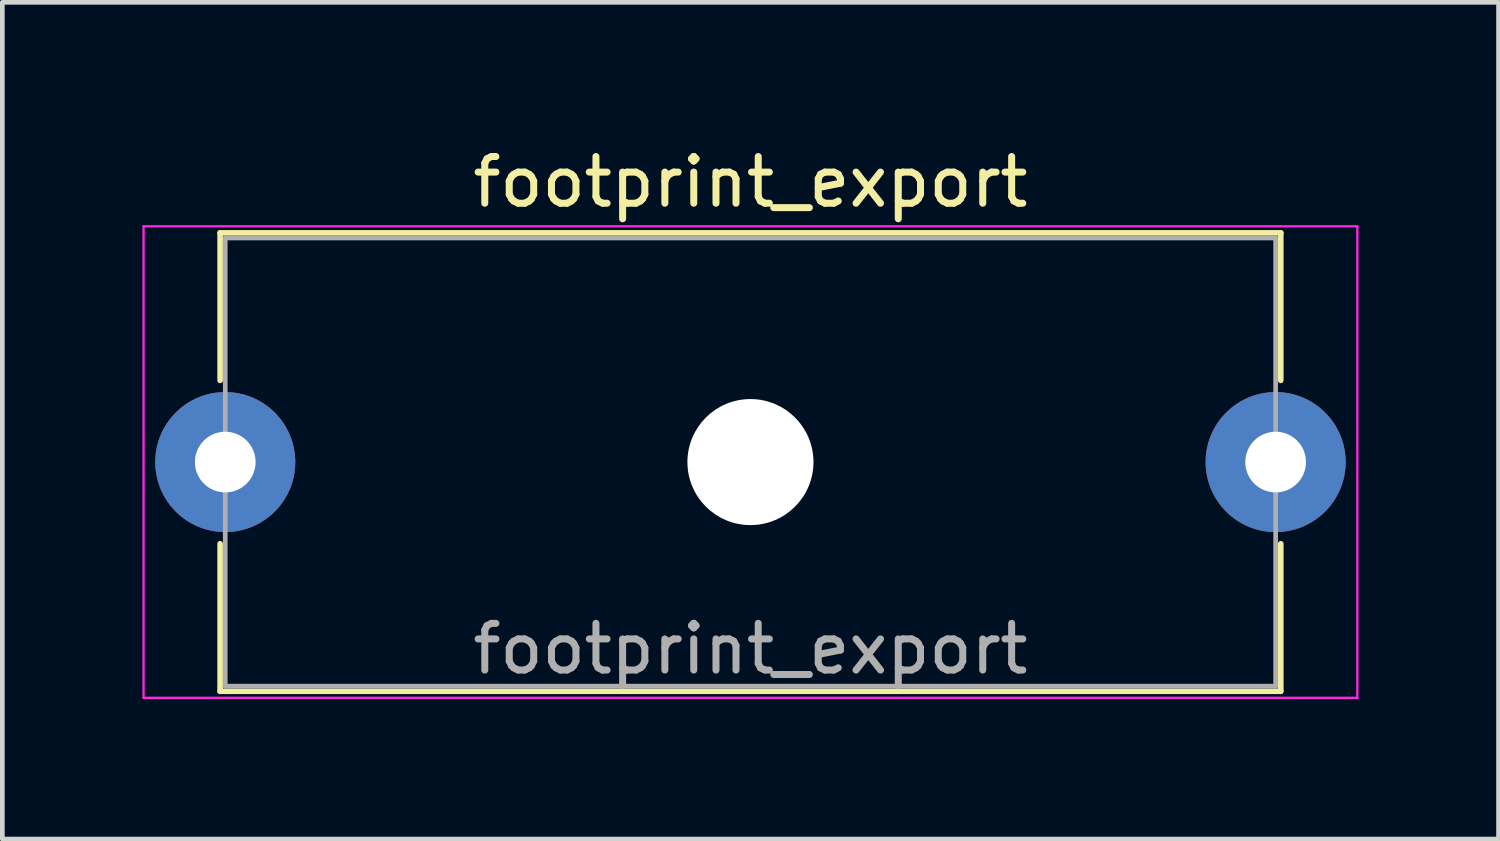
<source format=kicad_pcb>
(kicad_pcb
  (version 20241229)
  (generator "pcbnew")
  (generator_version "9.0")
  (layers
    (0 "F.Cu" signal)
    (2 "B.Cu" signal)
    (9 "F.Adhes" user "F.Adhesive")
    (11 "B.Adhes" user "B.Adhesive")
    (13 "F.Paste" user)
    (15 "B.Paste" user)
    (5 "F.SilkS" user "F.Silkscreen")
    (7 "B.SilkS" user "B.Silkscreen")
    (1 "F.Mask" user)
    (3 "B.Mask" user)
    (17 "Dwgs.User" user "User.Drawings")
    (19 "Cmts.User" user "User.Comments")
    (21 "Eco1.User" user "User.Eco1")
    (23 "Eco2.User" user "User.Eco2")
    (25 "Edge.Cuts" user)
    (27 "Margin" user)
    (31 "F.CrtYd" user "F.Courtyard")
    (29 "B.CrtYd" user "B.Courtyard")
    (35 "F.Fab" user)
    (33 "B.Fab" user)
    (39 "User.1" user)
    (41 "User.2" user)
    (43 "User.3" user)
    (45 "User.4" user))
  (footprint "footprint_export"
    (layer "F.Cu")
    (at 1.775 6.848)
    (property "Reference" "footprint_export" (at 11.25 -6 0) (layer "F.SilkS") (effects (font (size 1 1) (thickness 0.15))))
    (attr through_hole)
    (fp_line (start -0.11 -4.91) (end 22.61 -4.91) (stroke (width 0.12) (type solid)) (layer "F.SilkS"))
    (fp_line (start -0.11 -1.75) (end -0.11 -4.91) (stroke (width 0.12) (type solid)) (layer "F.SilkS"))
    (fp_line (start -0.11 4.91) (end -0.11 1.75) (stroke (width 0.12) (type solid)) (layer "F.SilkS"))
    (fp_line (start -0.11 4.91) (end 22.61 4.91) (stroke (width 0.12) (type solid)) (layer "F.SilkS"))
    (fp_line (start 22.61 -1.75) (end 22.61 -4.91) (stroke (width 0.12) (type solid)) (layer "F.SilkS"))
    (fp_line (start 22.61 4.91) (end 22.61 1.75) (stroke (width 0.12) (type solid)) (layer "F.SilkS"))
    (fp_line (start -1.75 -5.05) (end 24.25 -5.05) (stroke (width 0.05) (type solid)) (layer "F.CrtYd"))
    (fp_line (start -1.75 5.05) (end -1.75 -5.05) (stroke (width 0.05) (type solid)) (layer "F.CrtYd"))
    (fp_line (start 24.25 -5.05) (end 24.25 5.05) (stroke (width 0.05) (type solid)) (layer "F.CrtYd"))
    (fp_line (start 24.25 5.05) (end -1.75 5.05) (stroke (width 0.05) (type solid)) (layer "F.CrtYd"))
    (fp_line (start 0 -4.8) (end 0 4.8) (stroke (width 0.1) (type solid)) (layer "F.Fab"))
    (fp_line (start 0 4.8) (end 22.5 4.8) (stroke (width 0.1) (type solid)) (layer "F.Fab"))
    (fp_line (start 22.5 -4.8) (end 0 -4.8) (stroke (width 0.1) (type solid)) (layer "F.Fab"))
    (fp_line (start 22.5 4.8) (end 22.5 -4.8) (stroke (width 0.1) (type solid)) (layer "F.Fab"))
    (fp_text user "${REFERENCE}" (at 11.25 4 0) (layer "F.Fab") (effects (font (size 1 1) (thickness 0.15))))
    (pad "" np_thru_hole circle (at 11.25 0) (size 2.7 2.7) (drill 2.7) (layers "*.Cu" "*.Mask"))
    (pad "1" thru_hole circle (at 0 0) (size 3 3) (drill 1.3) (layers "*.Cu" "*.Mask"))
    (pad "2" thru_hole circle (at 22.5 0) (size 3 3) (drill 1.3) (layers "*.Cu" "*.Mask")))
  (gr_rect
    (start -3 -3)
    (end 29.05 14.923)
    (stroke (width 0.1) (type default))
    (fill no)
    (layer "Edge.Cuts")))
</source>
